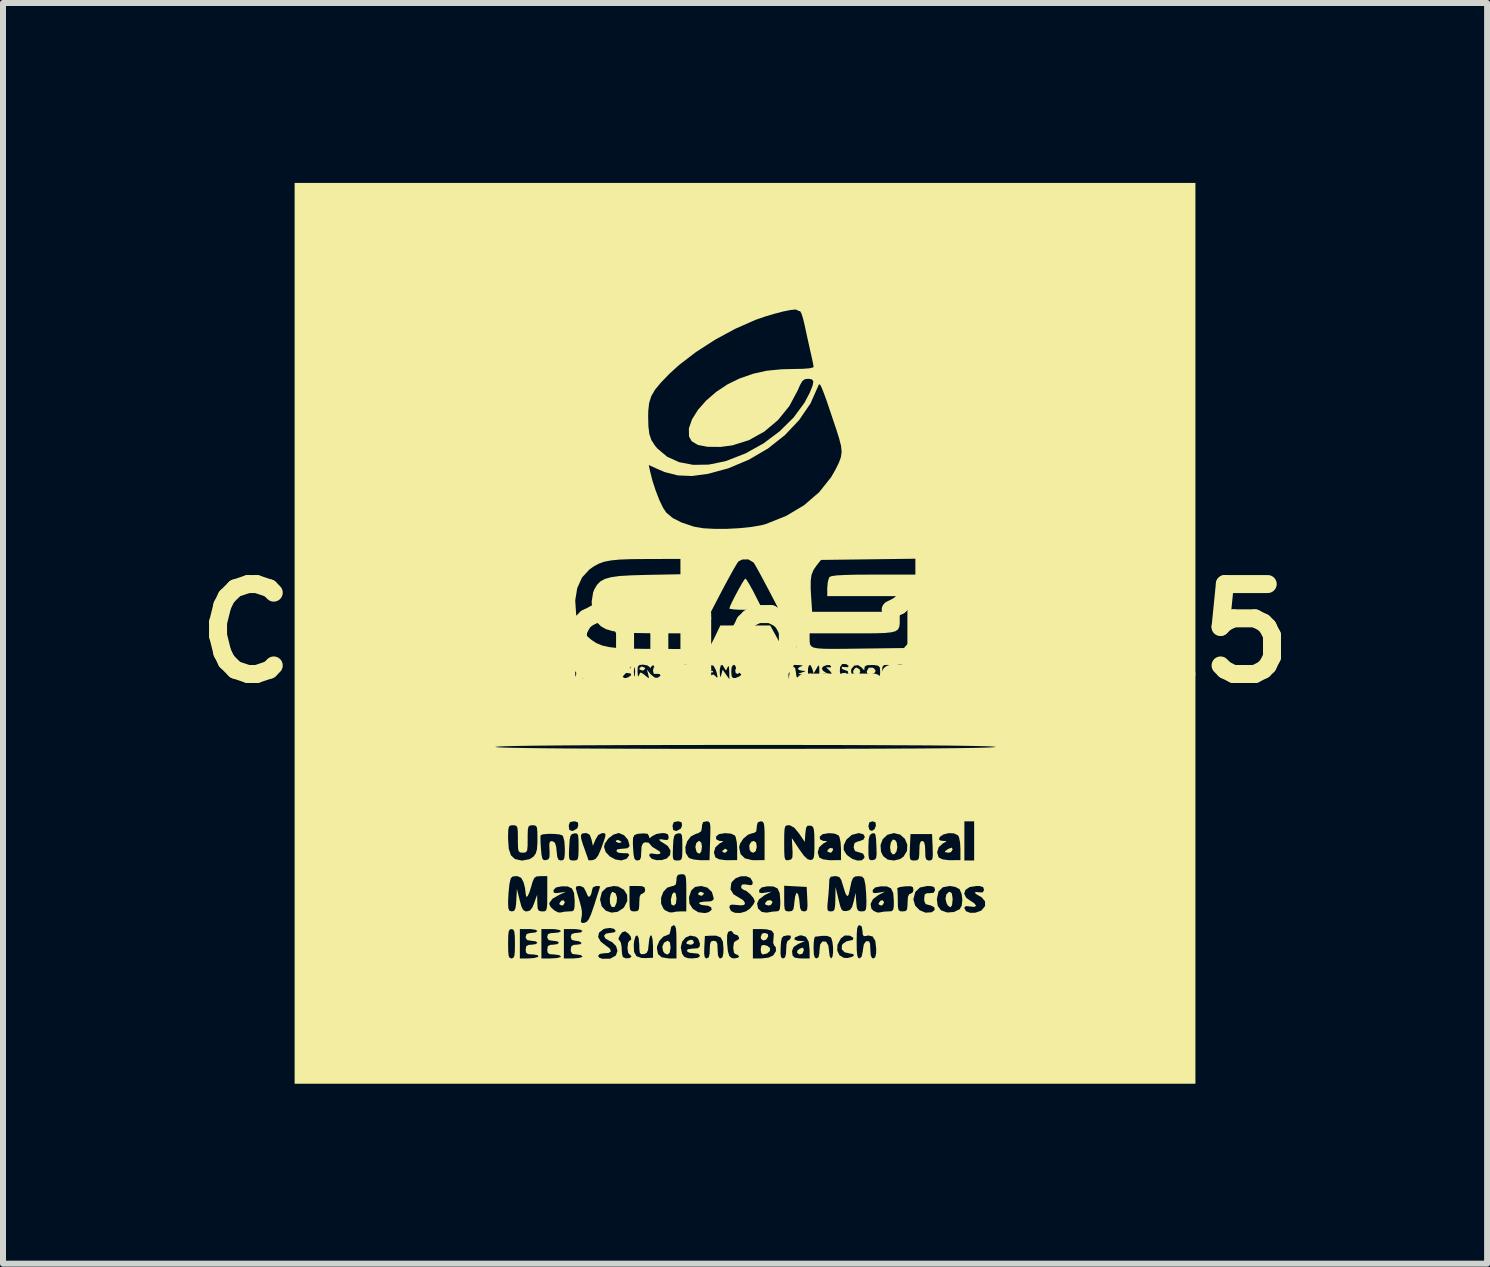
<source format=kicad_pcb>
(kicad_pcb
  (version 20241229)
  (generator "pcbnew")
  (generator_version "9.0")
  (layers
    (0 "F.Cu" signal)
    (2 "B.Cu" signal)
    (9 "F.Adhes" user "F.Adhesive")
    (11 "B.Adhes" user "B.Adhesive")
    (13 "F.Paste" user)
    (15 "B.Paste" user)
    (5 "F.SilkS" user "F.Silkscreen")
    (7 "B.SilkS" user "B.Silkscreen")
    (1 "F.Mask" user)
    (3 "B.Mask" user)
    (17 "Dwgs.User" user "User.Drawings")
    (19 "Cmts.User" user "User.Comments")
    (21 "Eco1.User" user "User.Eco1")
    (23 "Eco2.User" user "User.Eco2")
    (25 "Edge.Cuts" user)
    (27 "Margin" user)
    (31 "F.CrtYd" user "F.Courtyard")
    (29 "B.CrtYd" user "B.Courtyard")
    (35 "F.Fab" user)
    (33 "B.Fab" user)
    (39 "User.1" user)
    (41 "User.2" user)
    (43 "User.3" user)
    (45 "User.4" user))
  (footprint "Cas_logo_15x15"
    (layer "F.Cu")
    (at 9.371 7.509)
    (property "Reference" "Cas_logo_15x15" (at 0 0 0) (layer "F.SilkS") (effects (font (size 1.5 1.5) (thickness 0.3))))
    (attr board_only exclude_from_pos_files exclude_from_bom)
    (fp_poly (pts (xy -0.533 0.631) (xy -0.538 0.651) (xy -0.555 0.653) (xy -0.582 0.641) (xy -0.577 0.631) (xy -0.538 0.627)) (stroke (width 0) (type solid)) (fill yes) (layer "F.SilkS"))
    (fp_poly (pts (xy 1.689 0.666) (xy 1.679 0.681) (xy 1.646 0.683) (xy 1.611 0.675) (xy 1.626 0.663) (xy 1.677 0.659)) (stroke (width 0) (type solid)) (fill yes) (layer "F.SilkS"))
    (fp_poly (pts (xy -3.004 4.486) (xy -3.03 4.531) (xy -3.055 4.538) (xy -3.093 4.519) (xy -3.094 4.499) (xy -3.062 4.456) (xy -3.022 4.451)) (stroke (width 0) (type solid)) (fill yes) (layer "F.SilkS"))
    (fp_poly (pts (xy 2.318 4.486) (xy 2.292 4.531) (xy 2.266 4.538) (xy 2.228 4.519) (xy 2.228 4.499) (xy 2.26 4.456) (xy 2.299 4.451)) (stroke (width 0) (type solid)) (fill yes) (layer "F.SilkS"))
    (fp_poly (pts (xy -2.106 3.449) (xy -2.063 3.472) (xy -2.057 3.48) (xy -2.083 3.492) (xy -2.106 3.493) (xy -2.149 3.476) (xy -2.155 3.462) (xy -2.131 3.444)) (stroke (width 0) (type solid)) (fill yes) (layer "F.SilkS"))
    (fp_poly (pts (xy -1.671 0.573) (xy -1.665 0.588) (xy -1.691 0.617) (xy -1.714 0.62) (xy -1.757 0.603) (xy -1.763 0.588) (xy -1.737 0.559) (xy -1.714 0.555)) (stroke (width 0) (type solid)) (fill yes) (layer "F.SilkS"))
    (fp_poly (pts (xy -0.868 5.117) (xy -0.85 5.162) (xy -0.888 5.189) (xy -0.914 5.191) (xy -0.967 5.179) (xy -0.979 5.162) (xy -0.953 5.126) (xy -0.902 5.108)) (stroke (width 0) (type solid)) (fill yes) (layer "F.SilkS"))
    (fp_poly (pts (xy -0.691 4.327) (xy -0.686 4.342) (xy -0.712 4.371) (xy -0.735 4.375) (xy -0.778 4.357) (xy -0.784 4.342) (xy -0.757 4.313) (xy -0.735 4.31)) (stroke (width 0) (type solid)) (fill yes) (layer "F.SilkS"))
    (fp_poly (pts (xy -0.295 3.616) (xy -0.294 3.624) (xy -0.32 3.653) (xy -0.345 3.657) (xy -0.379 3.641) (xy -0.375 3.624) (xy -0.334 3.593) (xy -0.325 3.591)) (stroke (width 0) (type solid)) (fill yes) (layer "F.SilkS"))
    (fp_poly (pts (xy -0.085 0.603) (xy -0.082 0.62) (xy -0.107 0.669) (xy -0.122 0.677) (xy -0.155 0.662) (xy -0.163 0.62) (xy -0.148 0.569) (xy -0.122 0.563)) (stroke (width 0) (type solid)) (fill yes) (layer "F.SilkS"))
    (fp_poly (pts (xy 0.381 5.013) (xy 0.386 5.052) (xy 0.355 5.105) (xy 0.308 5.121) (xy 0.27 5.098) (xy 0.261 5.063) (xy 0.283 5.007) (xy 0.329 4.995)) (stroke (width 0) (type solid)) (fill yes) (layer "F.SilkS"))
    (fp_poly (pts (xy 0.454 4.47) (xy 0.457 4.487) (xy 0.43 4.529) (xy 0.389 4.538) (xy 0.339 4.522) (xy 0.335 4.497) (xy 0.37 4.457) (xy 0.419 4.447)) (stroke (width 0) (type solid)) (fill yes) (layer "F.SilkS"))
    (fp_poly (pts (xy 0.979 5.268) (xy 0.979 5.288) (xy 0.957 5.341) (xy 0.908 5.354) (xy 0.866 5.323) (xy 0.876 5.286) (xy 0.913 5.257) (xy 0.963 5.239)) (stroke (width 0) (type solid)) (fill yes) (layer "F.SilkS"))
    (fp_poly (pts (xy 1.462 3.584) (xy 1.469 3.609) (xy 1.443 3.651) (xy 1.42 3.657) (xy 1.377 3.641) (xy 1.371 3.627) (xy 1.397 3.592) (xy 1.42 3.579)) (stroke (width 0) (type solid)) (fill yes) (layer "F.SilkS"))
    (fp_poly (pts (xy 1.907 0.598) (xy 1.92 0.628) (xy 1.909 0.675) (xy 1.861 0.686) (xy 1.807 0.669) (xy 1.802 0.628) (xy 1.834 0.58) (xy 1.861 0.571)) (stroke (width 0) (type solid)) (fill yes) (layer "F.SilkS"))
    (fp_poly (pts (xy 0.185 3.488) (xy 0.196 3.559) (xy 0.179 3.63) (xy 0.139 3.659) (xy 0.095 3.64) (xy 0.077 3.608) (xy 0.071 3.532) (xy 0.104 3.476) (xy 0.146 3.461)) (stroke (width 0) (type solid)) (fill yes) (layer "F.SilkS"))
    (fp_poly (pts (xy 0.373 5.211) (xy 0.418 5.249) (xy 0.414 5.297) (xy 0.367 5.338) (xy 0.291 5.354) (xy 0.269 5.326) (xy 0.261 5.273) (xy 0.272 5.208) (xy 0.314 5.194)) (stroke (width 0) (type solid)) (fill yes) (layer "F.SilkS"))
    (fp_poly (pts (xy 2.151 0.585) (xy 2.179 0.626) (xy 2.155 0.666) (xy 2.092 0.685) (xy 2.085 0.686) (xy 2.034 0.667) (xy 2.03 0.631) (xy 2.064 0.573) (xy 2.126 0.572)) (stroke (width 0) (type solid)) (fill yes) (layer "F.SilkS"))
    (fp_poly (pts (xy 3.46 3.599) (xy 3.461 3.606) (xy 3.433 3.648) (xy 3.395 3.657) (xy 3.342 3.65) (xy 3.33 3.641) (xy 3.355 3.616) (xy 3.395 3.591) (xy 3.446 3.573)) (stroke (width 0) (type solid)) (fill yes) (layer "F.SilkS"))
    (fp_poly (pts (xy -0.729 3.49) (xy -0.718 3.557) (xy -0.73 3.639) (xy -0.76 3.674) (xy -0.798 3.655) (xy -0.81 3.636) (xy -0.828 3.564) (xy -0.813 3.497) (xy -0.773 3.462) (xy -0.763 3.461)) (stroke (width 0) (type solid)) (fill yes) (layer "F.SilkS"))
    (fp_poly (pts (xy -2.156 4.337) (xy -2.134 4.409) (xy -2.142 4.492) (xy -2.172 4.56) (xy -2.212 4.564) (xy -2.231 4.549) (xy -2.251 4.498) (xy -2.254 4.424) (xy -2.241 4.353) (xy -2.216 4.312) (xy -2.207 4.31)) (stroke (width 0) (type solid)) (fill yes) (layer "F.SilkS"))
    (fp_poly (pts (xy -1.252 5.153) (xy -1.241 5.237) (xy -1.241 5.24) (xy -1.256 5.324) (xy -1.294 5.356) (xy -1.342 5.333) (xy -1.367 5.296) (xy -1.379 5.223) (xy -1.35 5.157) (xy -1.294 5.126) (xy -1.288 5.126)) (stroke (width 0) (type solid)) (fill yes) (layer "F.SilkS"))
    (fp_poly (pts (xy -1.155 4.339) (xy -1.143 4.418) (xy -1.143 4.421) (xy -1.152 4.505) (xy -1.183 4.537) (xy -1.194 4.538) (xy -1.229 4.519) (xy -1.236 4.454) (xy -1.235 4.434) (xy -1.214 4.349) (xy -1.183 4.316)) (stroke (width 0) (type solid)) (fill yes) (layer "F.SilkS"))
    (fp_poly (pts (xy 2.509 3.453) (xy 2.53 3.492) (xy 2.539 3.569) (xy 2.525 3.636) (xy 2.495 3.679) (xy 2.46 3.685) (xy 2.429 3.643) (xy 2.418 3.566) (xy 2.431 3.489) (xy 2.463 3.44) (xy 2.47 3.437)) (stroke (width 0) (type solid)) (fill yes) (layer "F.SilkS"))
    (fp_poly (pts (xy 3.447 4.334) (xy 3.46 4.413) (xy 3.461 4.44) (xy 3.451 4.533) (xy 3.425 4.568) (xy 3.385 4.541) (xy 3.362 4.504) (xy 3.342 4.426) (xy 3.356 4.354) (xy 3.397 4.312) (xy 3.414 4.31)) (stroke (width 0) (type solid)) (fill yes) (layer "F.SilkS"))
    (fp_poly (pts (xy 0.03 -0.887) (xy 0.074 -0.814) (xy 0.132 -0.71) (xy 0.161 -0.653) (xy 0.294 -0.392) (xy 0.017 -0.392) (xy -0.109 -0.394) (xy -0.205 -0.401) (xy -0.256 -0.41) (xy -0.261 -0.414) (xy -0.247 -0.457) (xy -0.21 -0.536) (xy -0.159 -0.636) (xy -0.103 -0.74) (xy -0.051 -0.832) (xy -0.011 -0.895) (xy 0.006 -0.914)) (stroke (width 0) (type solid)) (fill yes) (layer "F.SilkS"))
    (fp_poly (pts (xy 7.509 0) (xy 7.509 7.509) (xy 0 7.509) (xy -7.509 7.509) (xy -7.509 5.175) (xy -3.95 5.175) (xy -3.948 5.301) (xy -3.941 5.375) (xy -3.924 5.41) (xy -3.895 5.42) (xy -3.893 5.42) (xy -3.864 5.411) (xy -3.846 5.378) (xy -3.838 5.306) (xy -3.836 5.182) (xy -3.836 5.175) (xy -3.836 5.175) (xy -3.754 5.175) (xy -3.754 5.42) (xy -3.61 5.42) (xy -3.517 5.413) (xy -3.455 5.396) (xy -3.444 5.387) (xy -3.458 5.365) (xy -3.525 5.354) (xy -3.54 5.354) (xy -3.618 5.348) (xy -3.651 5.322) (xy -3.657 5.273) (xy -3.646 5.214) (xy -3.601 5.193) (xy -3.559 5.191) (xy -3.49 5.182) (xy -3.481 5.175) (xy -3.395 5.175) (xy -3.395 5.42) (xy -3.232 5.42) (xy -3.139 5.414) (xy -3.08 5.399) (xy -3.069 5.387) (xy -3.098 5.365) (xy -3.168 5.355) (xy -3.183 5.354) (xy -3.26 5.348) (xy -3.292 5.321) (xy -3.297 5.273) (xy -3.287 5.214) (xy -3.242 5.193) (xy -3.199 5.191) (xy -3.131 5.182) (xy -3.122 5.175) (xy -3.02 5.175) (xy -3.02 5.42) (xy -2.865 5.42) (xy -2.774 5.413) (xy -2.719 5.398) (xy -2.71 5.387) (xy -2.725 5.375) (xy -2.45 5.375) (xy -2.429 5.409) (xy -2.375 5.426) (xy -2.247 5.424) (xy -2.158 5.374) (xy -2.152 5.367) (xy -2.126 5.292) (xy -2.151 5.212) (xy -2.217 5.147) (xy -2.253 5.131) (xy -2.318 5.094) (xy -2.112 5.094) (xy -2.094 5.119) (xy -2.07 5.156) (xy -2.057 5.233) (xy -2.057 5.254) (xy -2.051 5.339) (xy -2.038 5.393) (xy -2.035 5.398) (xy -1.987 5.418) (xy -1.929 5.415) (xy -1.895 5.393) (xy -1.894 5.387) (xy -1.918 5.355) (xy -1.926 5.354) (xy -1.948 5.326) (xy -1.959 5.255) (xy -1.959 5.24) (xy -1.953 5.188) (xy -1.855 5.188) (xy -1.85 5.31) (xy -1.811 5.382) (xy -1.728 5.412) (xy -1.661 5.414) (xy -1.534 5.409) (xy -1.534 5.25) (xy -1.469 5.25) (xy -1.451 5.347) (xy -1.39 5.401) (xy -1.279 5.419) (xy -1.267 5.42) (xy -1.143 5.42) (xy -1.143 5.235) (xy -1.071 5.235) (xy -1.05 5.34) (xy -1.05 5.34) (xy -1.012 5.394) (xy -0.95 5.416) (xy -0.882 5.42) (xy -0.788 5.41) (xy -0.752 5.382) (xy -0.751 5.374) (xy -0.779 5.341) (xy -0.681 5.341) (xy -0.672 5.399) (xy -0.648 5.419) (xy -0.638 5.42) (xy -0.605 5.402) (xy -0.59 5.341) (xy -0.588 5.273) (xy -0.583 5.181) (xy -0.566 5.137) (xy -0.527 5.126) (xy -0.522 5.126) (xy -0.482 5.135) (xy -0.462 5.175) (xy -0.457 5.262) (xy -0.457 5.273) (xy -0.451 5.369) (xy -0.429 5.414) (xy -0.408 5.42) (xy -0.377 5.402) (xy -0.362 5.34) (xy -0.359 5.26) (xy -0.369 5.139) (xy -0.374 5.13) (xy -0.3 5.13) (xy -0.298 5.175) (xy -0.285 5.303) (xy -0.262 5.379) (xy -0.223 5.413) (xy -0.179 5.42) (xy -0.118 5.408) (xy -0.098 5.387) (xy -0.124 5.358) (xy -0.147 5.354) (xy -0.183 5.329) (xy -0.196 5.25) (xy -0.196 5.24) (xy -0.188 5.175) (xy 0.131 5.175) (xy 0.131 5.42) (xy 0.275 5.42) (xy 0.391 5.407) (xy 0.467 5.372) (xy 0.471 5.368) (xy 0.487 5.342) (xy 0.592 5.342) (xy 0.601 5.399) (xy 0.626 5.419) (xy 0.635 5.42) (xy 0.668 5.402) (xy 0.683 5.341) (xy 0.685 5.3) (xy 0.784 5.3) (xy 0.792 5.371) (xy 0.829 5.407) (xy 0.908 5.419) (xy 0.952 5.42) (xy 1.077 5.42) (xy 1.077 5.279) (xy 1.073 5.24) (xy 1.143 5.24) (xy 1.147 5.348) (xy 1.162 5.404) (xy 1.192 5.42) (xy 1.226 5.398) (xy 1.24 5.327) (xy 1.241 5.288) (xy 1.253 5.186) (xy 1.29 5.138) (xy 1.293 5.136) (xy 1.351 5.141) (xy 1.389 5.203) (xy 1.403 5.313) (xy 1.412 5.386) (xy 1.434 5.419) (xy 1.437 5.42) (xy 1.458 5.391) (xy 1.468 5.321) (xy 1.468 5.288) (xy 1.537 5.288) (xy 1.574 5.366) (xy 1.647 5.41) (xy 1.706 5.413) (xy 1.78 5.396) (xy 1.818 5.37) (xy 1.818 5.369) (xy 1.799 5.345) (xy 1.743 5.337) (xy 1.66 5.317) (xy 1.613 5.267) (xy 1.615 5.202) (xy 1.63 5.177) (xy 1.682 5.142) (xy 1.861 5.142) (xy 1.863 5.282) (xy 1.871 5.367) (xy 1.887 5.41) (xy 1.908 5.42) (xy 1.944 5.391) (xy 1.963 5.302) (xy 1.965 5.281) (xy 1.981 5.184) (xy 2.014 5.138) (xy 2.032 5.132) (xy 2.068 5.136) (xy 2.085 5.174) (xy 2.089 5.263) (xy 2.089 5.27) (xy 2.096 5.368) (xy 2.117 5.413) (xy 2.138 5.42) (xy 2.17 5.402) (xy 2.185 5.34) (xy 2.187 5.26) (xy 2.172 5.128) (xy 2.128 5.054) (xy 2.054 5.037) (xy 2.026 5.044) (xy 1.979 5.049) (xy 1.961 5.014) (xy 1.959 4.965) (xy 1.945 4.886) (xy 1.91 4.865) (xy 1.885 4.876) (xy 1.87 4.919) (xy 1.863 5.005) (xy 1.861 5.142) (xy 1.682 5.142) (xy 1.693 5.134) (xy 1.732 5.126) (xy 1.798 5.11) (xy 1.807 5.077) (xy 1.757 5.044) (xy 1.742 5.04) (xy 1.663 5.037) (xy 1.601 5.083) (xy 1.594 5.092) (xy 1.542 5.191) (xy 1.537 5.288) (xy 1.468 5.288) (xy 1.467 5.23) (xy 1.457 5.143) (xy 1.437 5.079) (xy 1.427 5.066) (xy 1.366 5.044) (xy 1.288 5.043) (xy 1.211 5.053) (xy 1.167 5.058) (xy 1.154 5.089) (xy 1.145 5.166) (xy 1.143 5.24) (xy 1.073 5.24) (xy 1.062 5.141) (xy 1.015 5.059) (xy 0.939 5.034) (xy 0.903 5.04) (xy 0.832 5.07) (xy 0.822 5.103) (xy 0.871 5.125) (xy 0.906 5.128) (xy 0.996 5.131) (xy 0.89 5.177) (xy 0.81 5.229) (xy 0.784 5.295) (xy 0.784 5.3) (xy 0.685 5.3) (xy 0.686 5.273) (xy 0.691 5.185) (xy 0.706 5.132) (xy 0.715 5.126) (xy 0.75 5.1) (xy 0.763 5.076) (xy 0.763 5.041) (xy 0.716 5.035) (xy 0.693 5.038) (xy 0.642 5.049) (xy 0.614 5.078) (xy 0.601 5.14) (xy 0.594 5.234) (xy 0.592 5.342) (xy 0.487 5.342) (xy 0.517 5.296) (xy 0.512 5.231) (xy 0.488 5.206) (xy 0.469 5.16) (xy 0.475 5.086) (xy 0.48 5.005) (xy 0.445 4.957) (xy 0.362 4.935) (xy 0.269 4.93) (xy 0.131 4.93) (xy 0.131 5.175) (xy -0.188 5.175) (xy -0.185 5.155) (xy -0.151 5.126) (xy -0.147 5.126) (xy -0.104 5.1) (xy -0.098 5.077) (xy -0.124 5.033) (xy -0.147 5.028) (xy -0.19 5.01) (xy -0.196 4.995) (xy -0.222 4.966) (xy -0.245 4.962) (xy -0.281 4.977) (xy -0.298 5.029) (xy -0.3 5.13) (xy -0.374 5.13) (xy -0.406 5.07) (xy -0.48 5.041) (xy -0.555 5.04) (xy -0.669 5.046) (xy -0.679 5.233) (xy -0.681 5.341) (xy -0.779 5.341) (xy -0.78 5.34) (xy -0.854 5.333) (xy -0.929 5.325) (xy -0.97 5.298) (xy -0.971 5.297) (xy -0.955 5.267) (xy -0.88 5.256) (xy -0.868 5.256) (xy -0.789 5.25) (xy -0.757 5.224) (xy -0.751 5.176) (xy -0.78 5.093) (xy -0.82 5.058) (xy -0.911 5.039) (xy -0.991 5.071) (xy -1.048 5.141) (xy -1.071 5.235) (xy -1.143 5.235) (xy -1.143 5.142) (xy -1.145 5.003) (xy -1.152 4.918) (xy -1.168 4.876) (xy -1.192 4.865) (xy -1.231 4.893) (xy -1.241 4.946) (xy -1.258 5.012) (xy -1.29 5.028) (xy -1.362 5.056) (xy -1.427 5.126) (xy -1.465 5.215) (xy -1.469 5.25) (xy -1.534 5.25) (xy -1.534 5.218) (xy -1.541 5.103) (xy -1.557 5.041) (xy -1.577 5.037) (xy -1.596 5.091) (xy -1.606 5.183) (xy -1.617 5.279) (xy -1.639 5.328) (xy -1.681 5.347) (xy -1.69 5.348) (xy -1.733 5.349) (xy -1.754 5.325) (xy -1.762 5.26) (xy -1.763 5.191) (xy -1.773 5.082) (xy -1.796 5.035) (xy -1.824 5.049) (xy -1.848 5.126) (xy -1.855 5.188) (xy -1.953 5.188) (xy -1.951 5.164) (xy -1.931 5.127) (xy -1.926 5.126) (xy -1.896 5.105) (xy -1.906 5.054) (xy -1.94 5.009) (xy -1.999 4.967) (xy -2.047 4.983) (xy -2.086 5.034) (xy -2.112 5.094) (xy -2.318 5.094) (xy -2.328 5.088) (xy -2.351 5.042) (xy -2.319 5.006) (xy -2.253 4.995) (xy -2.184 4.986) (xy -2.155 4.965) (xy -2.155 4.965) (xy -2.182 4.927) (xy -2.249 4.912) (xy -2.332 4.922) (xy -2.363 4.934) (xy -2.435 4.992) (xy -2.449 5.064) (xy -2.404 5.141) (xy -2.333 5.196) (xy -2.254 5.256) (xy -2.235 5.302) (xy -2.275 5.329) (xy -2.346 5.333) (xy -2.42 5.344) (xy -2.45 5.375) (xy -2.725 5.375) (xy -2.738 5.364) (xy -2.806 5.354) (xy -2.808 5.354) (xy -2.878 5.345) (xy -2.903 5.308) (xy -2.906 5.273) (xy -2.895 5.215) (xy -2.851 5.193) (xy -2.806 5.191) (xy -2.741 5.182) (xy -2.725 5.159) (xy -2.726 5.158) (xy -2.771 5.133) (xy -2.826 5.126) (xy -2.889 5.11) (xy -2.906 5.06) (xy -2.89 5.013) (xy -2.833 4.996) (xy -2.808 4.995) (xy -2.739 4.986) (xy -2.71 4.963) (xy -2.71 4.962) (xy -2.739 4.943) (xy -2.814 4.932) (xy -2.865 4.93) (xy -3.02 4.93) (xy -3.02 5.175) (xy -3.122 5.175) (xy -3.102 5.159) (xy -3.102 5.158) (xy -3.13 5.135) (xy -3.198 5.126) (xy -3.199 5.126) (xy -3.271 5.115) (xy -3.296 5.077) (xy -3.297 5.06) (xy -3.285 5.015) (xy -3.235 4.997) (xy -3.183 4.995) (xy -3.108 4.987) (xy -3.07 4.967) (xy -3.069 4.962) (xy -3.098 4.944) (xy -3.173 4.932) (xy -3.232 4.93) (xy -3.395 4.93) (xy -3.395 5.175) (xy -3.481 5.175) (xy -3.461 5.159) (xy -3.461 5.158) (xy -3.489 5.135) (xy -3.557 5.126) (xy -3.559 5.126) (xy -3.63 5.115) (xy -3.656 5.077) (xy -3.657 5.06) (xy -3.641 5.013) (xy -3.584 4.996) (xy -3.559 4.995) (xy -3.49 4.986) (xy -3.461 4.963) (xy -3.461 4.962) (xy -3.49 4.943) (xy -3.564 4.931) (xy -3.608 4.93) (xy -3.754 4.93) (xy -3.754 5.175) (xy -3.836 5.175) (xy -3.838 5.048) (xy -3.846 4.974) (xy -3.863 4.939) (xy -3.892 4.93) (xy -3.893 4.93) (xy -3.923 4.938) (xy -3.94 4.972) (xy -3.948 5.044) (xy -3.95 5.167) (xy -3.95 5.175) (xy -7.509 5.175) (xy -7.509 4.494) (xy -3.95 4.494) (xy -3.946 4.584) (xy -3.927 4.626) (xy -3.887 4.636) (xy -3.85 4.627) (xy -3.829 4.59) (xy -3.817 4.511) (xy -3.813 4.448) (xy -3.803 4.261) (xy -3.757 4.448) (xy -3.728 4.555) (xy -3.699 4.612) (xy -3.662 4.634) (xy -3.638 4.636) (xy -3.584 4.621) (xy -3.542 4.565) (xy -3.515 4.497) (xy -3.466 4.358) (xy -3.463 4.497) (xy -3.458 4.585) (xy -3.438 4.625) (xy -3.393 4.636) (xy -3.379 4.636) (xy -3.34 4.634) (xy -3.316 4.618) (xy -3.304 4.577) (xy -3.299 4.514) (xy -3.264 4.514) (xy -3.24 4.563) (xy -3.183 4.616) (xy -3.118 4.652) (xy -3.08 4.655) (xy -3.012 4.641) (xy -2.936 4.636) (xy -2.881 4.633) (xy -2.852 4.612) (xy -2.842 4.557) (xy -2.84 4.46) (xy -2.85 4.33) (xy -2.886 4.253) (xy -2.899 4.247) (xy -2.821 4.247) (xy -2.803 4.318) (xy -2.758 4.467) (xy -2.731 4.569) (xy -2.719 4.64) (xy -2.72 4.696) (xy -2.727 4.739) (xy -2.737 4.806) (xy -2.717 4.829) (xy -2.677 4.826) (xy -2.64 4.81) (xy -2.605 4.767) (xy -2.568 4.686) (xy -2.522 4.554) (xy -2.511 4.522) (xy -2.486 4.441) (xy -2.416 4.441) (xy -2.39 4.55) (xy -2.322 4.623) (xy -2.228 4.656) (xy -2.125 4.643) (xy -2.029 4.581) (xy -2.016 4.566) (xy -1.963 4.462) (xy -1.964 4.424) (xy -1.926 4.424) (xy -1.925 4.538) (xy -1.917 4.601) (xy -1.896 4.629) (xy -1.858 4.636) (xy -1.845 4.636) (xy -1.794 4.63) (xy -1.77 4.6) (xy -1.763 4.529) (xy -1.763 4.507) (xy -1.399 4.507) (xy -1.359 4.593) (xy -1.331 4.618) (xy -1.261 4.651) (xy -1.214 4.653) (xy -1.15 4.64) (xy -1.075 4.636) (xy -0.979 4.636) (xy -0.979 4.4) (xy -0.934 4.4) (xy -0.926 4.507) (xy -0.87 4.594) (xy -0.779 4.65) (xy -0.669 4.664) (xy -0.607 4.649) (xy -0.557 4.611) (xy -0.563 4.571) (xy -0.261 4.571) (xy -0.234 4.629) (xy -0.167 4.66) (xy -0.077 4.662) (xy 0.016 4.635) (xy 0.083 4.589) (xy 0.137 4.523) (xy 0.147 4.504) (xy 0.201 4.504) (xy 0.217 4.587) (xy 0.278 4.644) (xy 0.362 4.657) (xy 0.375 4.654) (xy 0.464 4.639) (xy 0.514 4.636) (xy 0.557 4.63) (xy 0.579 4.601) (xy 0.587 4.533) (xy 0.588 4.46) (xy 0.585 4.422) (xy 0.653 4.422) (xy 0.654 4.537) (xy 0.662 4.601) (xy 0.683 4.629) (xy 0.72 4.636) (xy 0.733 4.636) (xy 0.782 4.629) (xy 0.807 4.598) (xy 0.819 4.524) (xy 0.823 4.481) (xy 0.835 4.39) (xy 0.854 4.335) (xy 0.865 4.326) (xy 0.886 4.355) (xy 0.903 4.43) (xy 0.908 4.481) (xy 0.918 4.577) (xy 0.939 4.623) (xy 0.978 4.636) (xy 0.983 4.636) (xy 1.018 4.63) (xy 1.036 4.602) (xy 1.041 4.545) (xy 1.373 4.545) (xy 1.375 4.605) (xy 1.392 4.631) (xy 1.428 4.636) (xy 1.432 4.636) (xy 1.47 4.63) (xy 1.492 4.602) (xy 1.502 4.537) (xy 1.506 4.432) (xy 1.509 4.228) (xy 1.558 4.434) (xy 1.586 4.545) (xy 1.61 4.605) (xy 1.64 4.629) (xy 1.685 4.63) (xy 1.692 4.63) (xy 1.748 4.613) (xy 1.783 4.568) (xy 1.81 4.476) (xy 1.811 4.473) (xy 1.844 4.326) (xy 1.854 4.481) (xy 1.864 4.575) (xy 1.883 4.621) (xy 1.922 4.635) (xy 1.944 4.636) (xy 1.991 4.631) (xy 2.015 4.604) (xy 2.023 4.54) (xy 2.023 4.512) (xy 2.093 4.512) (xy 2.106 4.588) (xy 2.143 4.627) (xy 2.208 4.655) (xy 2.246 4.653) (xy 2.311 4.64) (xy 2.386 4.636) (xy 2.441 4.633) (xy 2.469 4.612) (xy 2.48 4.557) (xy 2.481 4.46) (xy 2.471 4.33) (xy 2.435 4.253) (xy 2.435 4.252) (xy 2.538 4.252) (xy 2.543 4.296) (xy 2.546 4.384) (xy 2.547 4.456) (xy 2.549 4.559) (xy 2.56 4.613) (xy 2.587 4.633) (xy 2.628 4.636) (xy 2.679 4.63) (xy 2.702 4.6) (xy 2.709 4.529) (xy 2.71 4.489) (xy 2.713 4.442) (xy 2.808 4.442) (xy 2.837 4.54) (xy 2.911 4.616) (xy 3.009 4.657) (xy 3.113 4.65) (xy 3.115 4.649) (xy 3.163 4.611) (xy 3.155 4.567) (xy 3.098 4.536) (xy 3.077 4.532) (xy 3.012 4.514) (xy 2.989 4.465) (xy 2.988 4.441) (xy 3.199 4.441) (xy 3.213 4.544) (xy 3.261 4.61) (xy 3.273 4.62) (xy 3.37 4.654) (xy 3.483 4.646) (xy 3.58 4.599) (xy 3.613 4.537) (xy 3.623 4.442) (xy 3.611 4.343) (xy 3.609 4.34) (xy 3.654 4.34) (xy 3.687 4.408) (xy 3.754 4.456) (xy 3.821 4.5) (xy 3.852 4.539) (xy 3.852 4.541) (xy 3.824 4.561) (xy 3.754 4.554) (xy 3.684 4.547) (xy 3.658 4.569) (xy 3.657 4.582) (xy 3.684 4.633) (xy 3.752 4.659) (xy 3.84 4.658) (xy 3.928 4.627) (xy 3.945 4.617) (xy 4.002 4.546) (xy 4.001 4.467) (xy 3.945 4.4) (xy 3.925 4.389) (xy 3.849 4.345) (xy 3.829 4.318) (xy 3.865 4.313) (xy 3.893 4.317) (xy 3.959 4.32) (xy 3.982 4.29) (xy 3.983 4.272) (xy 3.97 4.231) (xy 3.918 4.214) (xy 3.859 4.212) (xy 3.745 4.23) (xy 3.675 4.277) (xy 3.654 4.34) (xy 3.609 4.34) (xy 3.578 4.269) (xy 3.573 4.263) (xy 3.505 4.227) (xy 3.414 4.212) (xy 3.412 4.212) (xy 3.297 4.234) (xy 3.227 4.303) (xy 3.2 4.421) (xy 3.199 4.441) (xy 2.988 4.441) (xy 2.987 4.424) (xy 2.995 4.355) (xy 3.03 4.332) (xy 3.077 4.332) (xy 3.144 4.326) (xy 3.166 4.286) (xy 3.167 4.275) (xy 3.155 4.233) (xy 3.108 4.215) (xy 3.038 4.212) (xy 2.917 4.237) (xy 2.839 4.311) (xy 2.808 4.428) (xy 2.808 4.442) (xy 2.713 4.442) (xy 2.716 4.392) (xy 2.738 4.348) (xy 2.759 4.342) (xy 2.799 4.315) (xy 2.808 4.275) (xy 2.799 4.233) (xy 2.763 4.216) (xy 2.682 4.217) (xy 2.669 4.218) (xy 2.586 4.229) (xy 2.541 4.245) (xy 2.538 4.252) (xy 2.435 4.252) (xy 2.365 4.219) (xy 2.263 4.218) (xy 2.169 4.237) (xy 2.13 4.279) (xy 2.128 4.285) (xy 2.131 4.322) (xy 2.171 4.331) (xy 2.226 4.324) (xy 2.334 4.307) (xy 2.22 4.365) (xy 2.132 4.433) (xy 2.093 4.512) (xy 2.023 4.512) (xy 2.024 4.465) (xy 2.019 4.337) (xy 2.009 4.213) (xy 2.003 4.171) (xy 1.984 4.09) (xy 1.95 4.055) (xy 1.892 4.048) (xy 1.837 4.054) (xy 1.801 4.078) (xy 1.776 4.136) (xy 1.753 4.24) (xy 1.744 4.287) (xy 1.725 4.364) (xy 1.702 4.381) (xy 1.675 4.338) (xy 1.641 4.231) (xy 1.633 4.203) (xy 1.604 4.11) (xy 1.572 4.064) (xy 1.524 4.049) (xy 1.498 4.048) (xy 1.43 4.058) (xy 1.406 4.099) (xy 1.404 4.141) (xy 1.4 4.225) (xy 1.392 4.343) (xy 1.383 4.435) (xy 1.373 4.545) (xy 1.041 4.545) (xy 1.042 4.537) (xy 1.038 4.432) (xy 1.028 4.228) (xy 0.841 4.218) (xy 0.653 4.208) (xy 0.653 4.422) (xy 0.585 4.422) (xy 0.578 4.33) (xy 0.542 4.253) (xy 0.471 4.219) (xy 0.37 4.218) (xy 0.276 4.237) (xy 0.236 4.279) (xy 0.235 4.285) (xy 0.238 4.322) (xy 0.278 4.331) (xy 0.332 4.324) (xy 0.441 4.307) (xy 0.326 4.365) (xy 0.233 4.436) (xy 0.201 4.504) (xy 0.147 4.504) (xy 0.163 4.472) (xy 0.163 4.468) (xy 0.14 4.412) (xy 0.084 4.346) (xy 0.02 4.293) (xy -0.022 4.277) (xy -0.059 4.25) (xy -0.065 4.224) (xy -0.051 4.189) (xy 0.001 4.185) (xy 0.035 4.191) (xy 0.103 4.199) (xy 0.127 4.179) (xy 0.125 4.138) (xy 0.089 4.077) (xy 0.017 4.049) (xy -0.071 4.051) (xy -0.156 4.083) (xy -0.218 4.143) (xy -0.23 4.166) (xy -0.242 4.269) (xy -0.191 4.352) (xy -0.099 4.407) (xy -0.031 4.449) (xy -0.000154 4.495) (xy 0 4.497) (xy -0.014 4.528) (xy -0.067 4.535) (xy -0.131 4.529) (xy -0.215 4.522) (xy -0.253 4.535) (xy -0.261 4.571) (xy -0.563 4.571) (xy -0.563 4.569) (xy -0.616 4.541) (xy -0.651 4.538) (xy -0.726 4.528) (xy -0.767 4.505) (xy -0.753 4.484) (xy -0.684 4.473) (xy -0.655 4.473) (xy -0.567 4.467) (xy -0.529 4.444) (xy -0.522 4.415) (xy -0.552 4.312) (xy -0.628 4.239) (xy -0.732 4.212) (xy -0.833 4.228) (xy -0.896 4.286) (xy -0.933 4.397) (xy -0.934 4.4) (xy -0.979 4.4) (xy -0.979 4.326) (xy -0.98 4.182) (xy -0.984 4.092) (xy -0.994 4.042) (xy -1.014 4.021) (xy -1.047 4.016) (xy -1.061 4.016) (xy -1.119 4.026) (xy -1.141 4.071) (xy -1.143 4.114) (xy -1.153 4.185) (xy -1.191 4.211) (xy -1.208 4.212) (xy -1.297 4.24) (xy -1.363 4.311) (xy -1.399 4.407) (xy -1.399 4.507) (xy -1.763 4.507) (xy -1.763 4.489) (xy -1.757 4.392) (xy -1.735 4.348) (xy -1.714 4.342) (xy -1.674 4.315) (xy -1.665 4.277) (xy -1.676 4.234) (xy -1.72 4.215) (xy -1.796 4.212) (xy -1.926 4.212) (xy -1.926 4.424) (xy -1.964 4.424) (xy -1.966 4.36) (xy -2.019 4.275) (xy -2.112 4.222) (xy -2.187 4.212) (xy -2.308 4.238) (xy -2.386 4.312) (xy -2.416 4.429) (xy -2.416 4.441) (xy -2.486 4.441) (xy -2.471 4.394) (xy -2.438 4.293) (xy -2.419 4.231) (xy -2.416 4.22) (xy -2.443 4.213) (xy -2.481 4.212) (xy -2.536 4.235) (xy -2.547 4.269) (xy -2.565 4.347) (xy -2.579 4.375) (xy -2.603 4.396) (xy -2.628 4.366) (xy -2.647 4.318) (xy -2.688 4.239) (xy -2.746 4.212) (xy -2.76 4.212) (xy -2.809 4.217) (xy -2.821 4.247) (xy -2.899 4.247) (xy -2.957 4.219) (xy -3.058 4.218) (xy -3.152 4.237) (xy -3.192 4.279) (xy -3.193 4.285) (xy -3.19 4.322) (xy -3.149 4.331) (xy -3.096 4.325) (xy -2.987 4.309) (xy -3.102 4.362) (xy -3.213 4.427) (xy -3.261 4.494) (xy -3.264 4.514) (xy -3.299 4.514) (xy -3.298 4.498) (xy -3.297 4.368) (xy -3.297 4.342) (xy -3.297 4.048) (xy -3.407 4.048) (xy -3.475 4.053) (xy -3.514 4.079) (xy -3.542 4.142) (xy -3.559 4.203) (xy -3.594 4.316) (xy -3.624 4.381) (xy -3.646 4.394) (xy -3.656 4.35) (xy -3.657 4.337) (xy -3.668 4.245) (xy -3.692 4.151) (xy -3.731 4.077) (xy -3.788 4.05) (xy -3.819 4.048) (xy -3.875 4.054) (xy -3.905 4.084) (xy -3.923 4.155) (xy -3.93 4.2) (xy -3.943 4.331) (xy -3.95 4.466) (xy -3.95 4.494) (xy -7.509 4.494) (xy -7.509 3.428) (xy -3.95 3.428) (xy -3.939 3.591) (xy -3.903 3.7) (xy -3.836 3.763) (xy -3.733 3.786) (xy -3.706 3.787) (xy -3.589 3.764) (xy -3.526 3.722) (xy -3.49 3.672) (xy -3.469 3.602) (xy -3.461 3.494) (xy -3.461 3.428) (xy -3.461 3.402) (xy -3.411 3.402) (xy -3.409 3.486) (xy -3.403 3.585) (xy -3.392 3.697) (xy -3.378 3.757) (xy -3.354 3.781) (xy -3.319 3.781) (xy -3.278 3.767) (xy -3.26 3.729) (xy -3.258 3.65) (xy -3.26 3.613) (xy -3.263 3.518) (xy -3.253 3.474) (xy -3.225 3.464) (xy -3.21 3.466) (xy -3.171 3.49) (xy -3.149 3.552) (xy -3.141 3.632) (xy -3.13 3.728) (xy -3.109 3.775) (xy -3.07 3.787) (xy -3.067 3.787) (xy -3.031 3.779) (xy -3.012 3.746) (xy -3.006 3.683) (xy -2.936 3.683) (xy -2.932 3.749) (xy -2.915 3.779) (xy -2.88 3.787) (xy -2.858 3.787) (xy -2.815 3.784) (xy -2.79 3.765) (xy -2.779 3.716) (xy -2.775 3.624) (xy -2.775 3.556) (xy -2.776 3.436) (xy -2.783 3.368) (xy -2.785 3.364) (xy -2.736 3.364) (xy -2.732 3.424) (xy -2.7 3.528) (xy -2.677 3.591) (xy -2.642 3.689) (xy -2.618 3.758) (xy -2.612 3.781) (xy -2.584 3.785) (xy -2.538 3.781) (xy -2.49 3.76) (xy -2.447 3.701) (xy -2.4 3.594) (xy -2.393 3.575) (xy -2.388 3.559) (xy -2.351 3.559) (xy -2.323 3.647) (xy -2.254 3.72) (xy -2.161 3.77) (xy -2.064 3.786) (xy -1.98 3.761) (xy -1.965 3.748) (xy -1.929 3.695) (xy -1.952 3.667) (xy -2.029 3.665) (xy -2.107 3.659) (xy -2.146 3.632) (xy -2.131 3.602) (xy -2.055 3.591) (xy -2.043 3.591) (xy -1.962 3.583) (xy -1.929 3.555) (xy -1.926 3.533) (xy -1.935 3.501) (xy -1.87 3.501) (xy -1.866 3.574) (xy -1.858 3.69) (xy -1.844 3.755) (xy -1.821 3.782) (xy -1.793 3.787) (xy -1.753 3.776) (xy -1.735 3.733) (xy -1.73 3.644) (xy -1.724 3.549) (xy -1.701 3.501) (xy -1.667 3.484) (xy -1.607 3.49) (xy -1.586 3.514) (xy -1.546 3.56) (xy -1.486 3.597) (xy -1.418 3.64) (xy -1.41 3.672) (xy -1.458 3.683) (xy -1.504 3.677) (xy -1.573 3.669) (xy -1.596 3.688) (xy -1.594 3.714) (xy -1.556 3.758) (xy -1.479 3.781) (xy -1.387 3.78) (xy -1.307 3.755) (xy -1.249 3.695) (xy -1.248 3.683) (xy -1.205 3.683) (xy -1.201 3.749) (xy -1.184 3.779) (xy -1.149 3.787) (xy -1.128 3.787) (xy -1.085 3.784) (xy -1.06 3.765) (xy -1.048 3.716) (xy -1.045 3.624) (xy -1.045 3.564) (xy -0.995 3.564) (xy -0.989 3.66) (xy -0.943 3.736) (xy -0.919 3.752) (xy -0.854 3.771) (xy -0.758 3.781) (xy -0.729 3.782) (xy -0.592 3.782) (xy -0.588 3.651) (xy -0.519 3.651) (xy -0.495 3.732) (xy -0.49 3.738) (xy -0.43 3.768) (xy -0.323 3.782) (xy -0.291 3.782) (xy -0.131 3.781) (xy -0.131 3.595) (xy -0.132 3.566) (xy -0.098 3.566) (xy -0.075 3.68) (xy -0.003 3.751) (xy 0.118 3.781) (xy 0.164 3.782) (xy 0.326 3.781) (xy 0.326 3.496) (xy 0.653 3.496) (xy 0.654 3.635) (xy 0.658 3.722) (xy 0.669 3.767) (xy 0.69 3.783) (xy 0.723 3.782) (xy 0.726 3.781) (xy 0.768 3.769) (xy 0.789 3.738) (xy 0.793 3.671) (xy 0.79 3.591) (xy 0.78 3.412) (xy 0.904 3.6) (xy 0.983 3.709) (xy 1.043 3.766) (xy 1.093 3.779) (xy 1.094 3.779) (xy 1.125 3.77) (xy 1.145 3.742) (xy 1.154 3.683) (xy 1.155 3.651) (xy 1.212 3.651) (xy 1.236 3.732) (xy 1.241 3.738) (xy 1.301 3.768) (xy 1.408 3.782) (xy 1.439 3.782) (xy 1.6 3.781) (xy 1.6 3.61) (xy 1.645 3.61) (xy 1.688 3.682) (xy 1.709 3.704) (xy 1.789 3.761) (xy 1.874 3.788) (xy 1.946 3.784) (xy 1.988 3.747) (xy 1.992 3.724) (xy 1.968 3.672) (xy 1.902 3.651) (xy 1.834 3.63) (xy 1.813 3.577) (xy 1.813 3.576) (xy 2.057 3.576) (xy 2.058 3.691) (xy 2.066 3.755) (xy 2.085 3.78) (xy 2.119 3.782) (xy 2.128 3.781) (xy 2.167 3.77) (xy 2.187 3.742) (xy 2.194 3.68) (xy 2.191 3.569) (xy 2.191 3.559) (xy 2.189 3.53) (xy 2.259 3.53) (xy 2.267 3.641) (xy 2.304 3.715) (xy 2.379 3.772) (xy 2.481 3.788) (xy 2.585 3.763) (xy 2.644 3.722) (xy 2.667 3.683) (xy 2.745 3.683) (xy 2.749 3.749) (xy 2.766 3.779) (xy 2.801 3.787) (xy 2.823 3.787) (xy 2.872 3.782) (xy 2.896 3.756) (xy 2.905 3.691) (xy 2.906 3.624) (xy 2.911 3.521) (xy 2.929 3.471) (xy 2.955 3.461) (xy 2.985 3.478) (xy 3 3.539) (xy 3.004 3.624) (xy 3.007 3.722) (xy 3.021 3.77) (xy 3.054 3.786) (xy 3.07 3.787) (xy 3.106 3.782) (xy 3.125 3.756) (xy 3.131 3.696) (xy 3.13 3.651) (xy 3.203 3.651) (xy 3.227 3.732) (xy 3.232 3.738) (xy 3.292 3.768) (xy 3.399 3.782) (xy 3.43 3.782) (xy 3.591 3.781) (xy 3.591 3.595) (xy 3.585 3.486) (xy 3.58 3.461) (xy 3.657 3.461) (xy 3.657 3.787) (xy 3.738 3.787) (xy 3.82 3.787) (xy 3.82 3.461) (xy 3.82 3.134) (xy 3.738 3.134) (xy 3.657 3.134) (xy 3.657 3.461) (xy 3.58 3.461) (xy 3.568 3.401) (xy 3.552 3.369) (xy 3.484 3.335) (xy 3.396 3.331) (xy 3.31 3.352) (xy 3.248 3.393) (xy 3.232 3.435) (xy 3.26 3.455) (xy 3.306 3.461) (xy 3.354 3.463) (xy 3.348 3.476) (xy 3.297 3.503) (xy 3.229 3.566) (xy 3.203 3.651) (xy 3.13 3.651) (xy 3.128 3.587) (xy 3.128 3.567) (xy 3.118 3.346) (xy 2.938 3.346) (xy 2.759 3.346) (xy 2.749 3.567) (xy 2.745 3.683) (xy 2.667 3.683) (xy 2.701 3.626) (xy 2.705 3.522) (xy 2.665 3.426) (xy 2.587 3.356) (xy 2.483 3.33) (xy 2.374 3.358) (xy 2.297 3.43) (xy 2.259 3.53) (xy 2.189 3.53) (xy 2.185 3.434) (xy 2.176 3.364) (xy 2.16 3.334) (xy 2.131 3.333) (xy 2.107 3.341) (xy 2.078 3.37) (xy 2.062 3.436) (xy 2.057 3.552) (xy 2.057 3.576) (xy 1.813 3.576) (xy 1.812 3.559) (xy 1.826 3.496) (xy 1.882 3.469) (xy 1.902 3.467) (xy 1.974 3.439) (xy 1.998 3.393) (xy 1.973 3.35) (xy 1.899 3.33) (xy 1.897 3.33) (xy 1.78 3.36) (xy 1.689 3.44) (xy 1.647 3.532) (xy 1.645 3.61) (xy 1.6 3.61) (xy 1.6 3.595) (xy 1.593 3.486) (xy 1.576 3.401) (xy 1.561 3.369) (xy 1.494 3.339) (xy 1.397 3.331) (xy 1.301 3.347) (xy 1.292 3.35) (xy 1.245 3.39) (xy 1.251 3.435) (xy 1.304 3.461) (xy 1.314 3.461) (xy 1.363 3.463) (xy 1.357 3.476) (xy 1.306 3.503) (xy 1.237 3.566) (xy 1.212 3.651) (xy 1.155 3.651) (xy 1.157 3.58) (xy 1.157 3.493) (xy 1.155 3.358) (xy 1.148 3.275) (xy 1.134 3.23) (xy 1.119 3.218) (xy 2.057 3.218) (xy 2.076 3.279) (xy 2.117 3.293) (xy 2.16 3.264) (xy 2.182 3.207) (xy 2.175 3.15) (xy 2.125 3.134) (xy 2.124 3.134) (xy 2.072 3.152) (xy 2.057 3.214) (xy 2.057 3.218) (xy 1.119 3.218) (xy 1.109 3.211) (xy 1.085 3.206) (xy 1.041 3.208) (xy 1.018 3.242) (xy 1.007 3.323) (xy 1.006 3.336) (xy 0.996 3.477) (xy 0.902 3.338) (xy 0.823 3.242) (xy 0.753 3.202) (xy 0.73 3.199) (xy 0.694 3.202) (xy 0.671 3.219) (xy 0.659 3.262) (xy 0.654 3.345) (xy 0.653 3.479) (xy 0.653 3.496) (xy 0.326 3.496) (xy 0.326 3.458) (xy 0.326 3.31) (xy 0.321 3.215) (xy 0.311 3.163) (xy 0.293 3.14) (xy 0.264 3.134) (xy 0.261 3.134) (xy 0.213 3.15) (xy 0.197 3.207) (xy 0.196 3.232) (xy 0.186 3.304) (xy 0.148 3.329) (xy 0.129 3.33) (xy 0.05 3.357) (xy -0.029 3.424) (xy -0.084 3.508) (xy -0.098 3.566) (xy -0.132 3.566) (xy -0.137 3.486) (xy -0.154 3.401) (xy -0.17 3.369) (xy -0.236 3.339) (xy -0.333 3.331) (xy -0.43 3.347) (xy -0.438 3.35) (xy -0.485 3.39) (xy -0.479 3.435) (xy -0.426 3.461) (xy -0.416 3.461) (xy -0.368 3.463) (xy -0.374 3.476) (xy -0.424 3.503) (xy -0.493 3.566) (xy -0.519 3.651) (xy -0.588 3.651) (xy -0.582 3.458) (xy -0.578 3.31) (xy -0.578 3.216) (xy -0.586 3.164) (xy -0.603 3.14) (xy -0.632 3.134) (xy -0.645 3.134) (xy -0.699 3.147) (xy -0.717 3.199) (xy -0.718 3.228) (xy -0.73 3.298) (xy -0.779 3.332) (xy -0.815 3.341) (xy -0.903 3.386) (xy -0.964 3.466) (xy -0.995 3.564) (xy -1.045 3.564) (xy -1.045 3.556) (xy -1.046 3.436) (xy -1.053 3.368) (xy -1.069 3.339) (xy -1.101 3.334) (xy -1.118 3.336) (xy -1.158 3.348) (xy -1.181 3.379) (xy -1.194 3.444) (xy -1.201 3.558) (xy -1.201 3.567) (xy -1.205 3.683) (xy -1.248 3.683) (xy -1.243 3.619) (xy -1.288 3.545) (xy -1.339 3.51) (xy -1.413 3.464) (xy -1.433 3.437) (xy -1.396 3.433) (xy -1.355 3.441) (xy -1.294 3.447) (xy -1.274 3.415) (xy -1.273 3.396) (xy -1.286 3.35) (xy -1.336 3.332) (xy -1.385 3.33) (xy -1.477 3.345) (xy -1.546 3.38) (xy -1.548 3.381) (xy -1.588 3.415) (xy -1.599 3.401) (xy -1.6 3.382) (xy -1.625 3.342) (xy -1.69 3.335) (xy -1.787 3.342) (xy -1.843 3.362) (xy -1.867 3.41) (xy -1.87 3.501) (xy -1.935 3.501) (xy -1.952 3.441) (xy -2.016 3.366) (xy -2.098 3.331) (xy -2.109 3.33) (xy -2.195 3.356) (xy -2.279 3.421) (xy -2.337 3.503) (xy -2.351 3.559) (xy -2.388 3.559) (xy -2.35 3.453) (xy -2.328 3.381) (xy -2.328 3.344) (xy -2.348 3.332) (xy -2.383 3.33) (xy -2.448 3.362) (xy -2.492 3.436) (xy -2.536 3.542) (xy -2.56 3.436) (xy -2.588 3.36) (xy -2.636 3.332) (xy -2.663 3.33) (xy -2.714 3.337) (xy -2.736 3.364) (xy -2.785 3.364) (xy -2.8 3.339) (xy -2.831 3.334) (xy -2.849 3.336) (xy -2.888 3.348) (xy -2.911 3.379) (xy -2.924 3.444) (xy -2.931 3.558) (xy -2.932 3.567) (xy -2.936 3.683) (xy -3.006 3.683) (xy -3.005 3.672) (xy -3.004 3.595) (xy -3.011 3.47) (xy -3.032 3.388) (xy -3.046 3.368) (xy -3.097 3.352) (xy -3.183 3.344) (xy -3.281 3.343) (xy -3.364 3.35) (xy -3.407 3.365) (xy -3.411 3.402) (xy -3.461 3.402) (xy -3.462 3.309) (xy -3.469 3.24) (xy -3.481 3.218) (xy -2.938 3.218) (xy -2.928 3.279) (xy -2.885 3.294) (xy -2.865 3.292) (xy -2.799 3.254) (xy -2.785 3.218) (xy -1.208 3.218) (xy -1.197 3.279) (xy -1.154 3.294) (xy -1.135 3.292) (xy -1.069 3.254) (xy -1.051 3.208) (xy -1.055 3.153) (xy -1.102 3.135) (xy -1.124 3.134) (xy -1.187 3.147) (xy -1.207 3.197) (xy -1.208 3.218) (xy -2.785 3.218) (xy -2.781 3.208) (xy -2.785 3.153) (xy -2.832 3.135) (xy -2.854 3.134) (xy -2.918 3.147) (xy -2.938 3.197) (xy -2.938 3.218) (xy -3.481 3.218) (xy -3.487 3.209) (xy -3.521 3.2) (xy -3.542 3.199) (xy -3.585 3.203) (xy -3.609 3.222) (xy -3.621 3.272) (xy -3.624 3.367) (xy -3.624 3.428) (xy -3.625 3.547) (xy -3.632 3.616) (xy -3.65 3.647) (xy -3.684 3.656) (xy -3.706 3.657) (xy -3.748 3.653) (xy -3.773 3.634) (xy -3.784 3.584) (xy -3.787 3.489) (xy -3.787 3.428) (xy -3.788 3.309) (xy -3.795 3.24) (xy -3.813 3.209) (xy -3.847 3.2) (xy -3.869 3.199) (xy -3.911 3.203) (xy -3.936 3.222) (xy -3.947 3.272) (xy -3.95 3.367) (xy -3.95 3.428) (xy -7.509 3.428) (xy -7.509 1.894) (xy -4.163 1.894) (xy -4.134 1.899) (xy -4.039 1.904) (xy -3.88 1.908) (xy -3.655 1.912) (xy -3.366 1.916) (xy -3.012 1.919) (xy -2.593 1.921) (xy -2.11 1.923) (xy -1.562 1.925) (xy -0.95 1.926) (xy -0.274 1.926) (xy -0.002 1.926) (xy 0.694 1.926) (xy 1.328 1.925) (xy 1.899 1.924) (xy 2.407 1.922) (xy 2.851 1.92) (xy 3.232 1.917) (xy 3.549 1.914) (xy 3.802 1.91) (xy 3.991 1.906) (xy 4.115 1.901) (xy 4.174 1.896) (xy 4.179 1.894) (xy 4.146 1.888) (xy 4.049 1.883) (xy 3.886 1.879) (xy 3.659 1.875) (xy 3.368 1.871) (xy 3.013 1.868) (xy 2.594 1.866) (xy 2.112 1.864) (xy 1.567 1.862) (xy 0.959 1.861) (xy 0.288 1.861) (xy 0.018 1.861) (xy -0.672 1.861) (xy -1.301 1.862) (xy -1.869 1.863) (xy -2.375 1.865) (xy -2.819 1.867) (xy -3.201 1.87) (xy -3.52 1.873) (xy -3.775 1.877) (xy -3.966 1.881) (xy -4.093 1.886) (xy -4.156 1.891) (xy -4.163 1.894) (xy -7.509 1.894) (xy -7.509 0.637) (xy -2.832 0.637) (xy -2.829 0.704) (xy -2.822 0.721) (xy -2.818 0.71) (xy -2.812 0.637) (xy -2.742 0.637) (xy -2.736 0.714) (xy -2.709 0.746) (xy -2.661 0.751) (xy -2.599 0.74) (xy -2.579 0.718) (xy -2.607 0.692) (xy -2.653 0.682) (xy -2.701 0.678) (xy -2.691 0.669) (xy -2.644 0.653) (xy -2.598 0.637) (xy -2.547 0.637) (xy -2.54 0.714) (xy -2.513 0.746) (xy -2.465 0.751) (xy -2.404 0.74) (xy -2.383 0.718) (xy -2.411 0.692) (xy -2.457 0.683) (xy -2.508 0.679) (xy -2.496 0.667) (xy -2.465 0.653) (xy -2.433 0.637) (xy -2.351 0.637) (xy -2.345 0.714) (xy -2.317 0.746) (xy -2.269 0.751) (xy -2.208 0.74) (xy -2.187 0.718) (xy -2.215 0.692) (xy -2.261 0.682) (xy -2.309 0.678) (xy -2.299 0.669) (xy -2.262 0.656) (xy -2.08 0.656) (xy -2.056 0.703) (xy -2.018 0.743) (xy -1.984 0.745) (xy -1.945 0.731) (xy -1.897 0.697) (xy -1.908 0.668) (xy -1.967 0.662) (xy -2.028 0.65) (xy -2.033 0.637) (xy -1.853 0.637) (xy -1.85 0.704) (xy -1.843 0.721) (xy -1.838 0.71) (xy -1.832 0.632) (xy -1.833 0.631) (xy -1.792 0.631) (xy -1.792 0.645) (xy -1.786 0.708) (xy -1.777 0.72) (xy -1.773 0.71) (xy -1.751 0.662) (xy -1.739 0.653) (xy -1.702 0.672) (xy -1.655 0.71) (xy -1.61 0.747) (xy -1.602 0.733) (xy -1.614 0.686) (xy -1.636 0.604) (xy -1.573 0.683) (xy -1.506 0.738) (xy -1.457 0.741) (xy -1.409 0.707) (xy -1.413 0.678) (xy -1.465 0.675) (xy -1.469 0.676) (xy -1.52 0.675) (xy -1.534 0.626) (xy -1.534 0.62) (xy -1.532 0.61) (xy -1.371 0.61) (xy -1.362 0.678) (xy -1.338 0.725) (xy -1.33 0.729) (xy -1.266 0.746) (xy -1.226 0.717) (xy -1.209 0.688) (xy -1.19 0.637) (xy -1.134 0.637) (xy -1.132 0.704) (xy -1.124 0.721) (xy -1.12 0.71) (xy -1.114 0.632) (xy -1.12 0.58) (xy -1.128 0.562) (xy -1.134 0.601) (xy -1.134 0.637) (xy -1.19 0.637) (xy -1.18 0.608) (xy -1.18 0.546) (xy -1.184 0.543) (xy -1.056 0.543) (xy -1.053 0.544) (xy -1.023 0.585) (xy -1.007 0.661) (xy -1.007 0.664) (xy -1.002 0.767) (xy -0.988 0.672) (xy -0.903 0.672) (xy -0.882 0.701) (xy -0.82 0.741) (xy -0.805 0.739) (xy -0.647 0.739) (xy -0.62 0.73) (xy -0.587 0.71) (xy -0.531 0.686) (xy -0.496 0.709) (xy -0.489 0.718) (xy -0.464 0.743) (xy -0.459 0.718) (xy -0.472 0.655) (xy -0.476 0.645) (xy -0.421 0.645) (xy -0.417 0.717) (xy -0.41 0.729) (xy -0.395 0.687) (xy -0.373 0.606) (xy -0.317 0.686) (xy -0.261 0.765) (xy -0.263 0.639) (xy -0.229 0.639) (xy -0.223 0.716) (xy -0.199 0.745) (xy -0.158 0.745) (xy -0.086 0.713) (xy -0.055 0.682) (xy -0.036 0.605) (xy -0.056 0.571) (xy 0.063 0.571) (xy 0.077 0.615) (xy 0.139 0.655) (xy 0.212 0.687) (xy 0.139 0.673) (xy 0.078 0.674) (xy 0.068 0.704) (xy 0.087 0.729) (xy 0.132 0.75) (xy 0.205 0.733) (xy 0.21 0.731) (xy 0.256 0.697) (xy 0.24 0.653) (xy 0.171 0.603) (xy 0.085 0.553) (xy 0.063 0.571) (xy -0.056 0.571) (xy -0.067 0.552) (xy 0.082 0.552) (xy 0.085 0.553) (xy 0.086 0.553) (xy 0.179 0.572) (xy 0.277 0.611) (xy 0.322 0.68) (xy 0.327 0.718) (xy 0.339 0.725) (xy 0.369 0.682) (xy 0.38 0.661) (xy 0.419 0.594) (xy 0.448 0.581) (xy 0.47 0.6) (xy 0.529 0.652) (xy 0.555 0.666) (xy 0.567 0.677) (xy 0.531 0.673) (xy 0.474 0.672) (xy 0.457 0.687) (xy 0.484 0.73) (xy 0.549 0.742) (xy 0.588 0.734) (xy 0.638 0.7) (xy 0.652 0.655) (xy 0.627 0.623) (xy 0.606 0.62) (xy 0.553 0.604) (xy 0.542 0.593) (xy 0.558 0.574) (xy 0.619 0.566) (xy 0.622 0.566) (xy 0.69 0.574) (xy 0.718 0.614) (xy 0.723 0.667) (xy 0.729 0.767) (xy 0.742 0.661) (xy 0.766 0.581) (xy 0.803 0.553) (xy 0.836 0.579) (xy 0.849 0.653) (xy 0.858 0.723) (xy 0.895 0.749) (xy 0.93 0.751) (xy 0.996 0.737) (xy 1.009 0.709) (xy 0.968 0.686) (xy 0.939 0.682) (xy 0.89 0.678) (xy 0.9 0.669) (xy 0.947 0.653) (xy 0.97 0.645) (xy 1.049 0.645) (xy 1.054 0.708) (xy 1.064 0.719) (xy 1.068 0.708) (xy 1.082 0.667) (xy 1.105 0.678) (xy 1.128 0.708) (xy 1.163 0.745) (xy 1.174 0.727) (xy 1.175 0.718) (xy 1.18 0.686) (xy 1.203 0.71) (xy 1.208 0.718) (xy 1.228 0.733) (xy 1.236 0.7) (xy 1.275 0.7) (xy 1.314 0.729) (xy 1.373 0.746) (xy 1.413 0.727) (xy 1.431 0.711) (xy 1.449 0.673) (xy 1.424 0.638) (xy 1.581 0.638) (xy 1.591 0.716) (xy 1.604 0.748) (xy 1.632 0.749) (xy 1.657 0.745) (xy 1.711 0.707) (xy 1.724 0.677) (xy 1.712 0.629) (xy 1.686 0.62) (xy 1.677 0.617) (xy 1.768 0.617) (xy 1.779 0.7) (xy 1.828 0.741) (xy 1.898 0.732) (xy 1.938 0.702) (xy 1.982 0.675) (xy 1.998 0.69) (xy 2.036 0.716) (xy 2.113 0.734) (xy 2.132 0.736) (xy 2.211 0.738) (xy 2.245 0.718) (xy 2.253 0.659) (xy 2.253 0.639) (xy 2.253 0.637) (xy 2.285 0.637) (xy 2.291 0.714) (xy 2.319 0.746) (xy 2.367 0.751) (xy 2.428 0.74) (xy 2.449 0.718) (xy 2.422 0.689) (xy 2.391 0.683) (xy 2.357 0.678) (xy 2.38 0.662) (xy 2.4 0.653) (xy 2.442 0.631) (xy 2.425 0.624) (xy 2.408 0.623) (xy 2.359 0.606) (xy 2.351 0.59) (xy 2.378 0.557) (xy 2.383 0.555) (xy 2.499 0.555) (xy 2.504 0.596) (xy 2.53 0.694) (xy 2.551 0.727) (xy 2.566 0.696) (xy 2.571 0.661) (xy 2.594 0.582) (xy 2.631 0.555) (xy 2.671 0.584) (xy 2.698 0.653) (xy 2.721 0.73) (xy 2.746 0.743) (xy 2.776 0.691) (xy 2.795 0.637) (xy 2.811 0.563) (xy 2.807 0.524) (xy 2.803 0.522) (xy 2.777 0.548) (xy 2.775 0.562) (xy 2.765 0.584) (xy 2.736 0.562) (xy 2.677 0.534) (xy 2.592 0.522) (xy 2.521 0.528) (xy 2.499 0.555) (xy 2.383 0.555) (xy 2.408 0.545) (xy 2.426 0.533) (xy 2.382 0.526) (xy 2.375 0.526) (xy 2.315 0.53) (xy 2.29 0.563) (xy 2.285 0.637) (xy 2.253 0.637) (xy 2.248 0.571) (xy 2.221 0.54) (xy 2.153 0.529) (xy 2.122 0.528) (xy 2.035 0.531) (xy 1.997 0.552) (xy 1.992 0.578) (xy 1.987 0.614) (xy 1.965 0.596) (xy 1.949 0.574) (xy 1.886 0.53) (xy 1.82 0.538) (xy 1.774 0.593) (xy 1.768 0.617) (xy 1.677 0.617) (xy 1.627 0.598) (xy 1.613 0.583) (xy 1.614 0.558) (xy 1.66 0.563) (xy 1.717 0.565) (xy 1.728 0.542) (xy 1.687 0.513) (xy 1.62 0.511) (xy 1.584 0.563) (xy 1.581 0.638) (xy 1.424 0.638) (xy 1.417 0.628) (xy 1.397 0.61) (xy 1.354 0.57) (xy 1.365 0.563) (xy 1.379 0.567) (xy 1.427 0.568) (xy 1.437 0.552) (xy 1.412 0.529) (xy 1.359 0.53) (xy 1.305 0.552) (xy 1.281 0.58) (xy 1.297 0.621) (xy 1.344 0.654) (xy 1.396 0.678) (xy 1.39 0.681) (xy 1.347 0.673) (xy 1.288 0.675) (xy 1.275 0.7) (xy 1.236 0.7) (xy 1.238 0.693) (xy 1.239 0.637) (xy 1.237 0.555) (xy 1.229 0.532) (xy 1.207 0.56) (xy 1.191 0.588) (xy 1.144 0.669) (xy 1.123 0.596) (xy 1.095 0.533) (xy 1.068 0.53) (xy 1.051 0.582) (xy 1.049 0.645) (xy 0.97 0.645) (xy 1.002 0.634) (xy 0.996 0.626) (xy 0.955 0.624) (xy 0.898 0.61) (xy 0.881 0.59) (xy 0.909 0.561) (xy 0.955 0.544) (xy 0.962 0.537) (xy 0.914 0.53) (xy 0.821 0.526) (xy 0.8 0.525) (xy 0.637 0.523) (xy 0.526 0.523) (xy 0.456 0.526) (xy 0.413 0.534) (xy 0.386 0.547) (xy 0.371 0.559) (xy 0.334 0.576) (xy 0.326 0.564) (xy 0.297 0.544) (xy 0.225 0.53) (xy 0.196 0.528) (xy 0.104 0.538) (xy 0.086 0.553) (xy 0.082 0.552) (xy -0.067 0.552) (xy -0.071 0.545) (xy -0.146 0.522) (xy -0.201 0.531) (xy -0.224 0.568) (xy -0.229 0.639) (xy -0.263 0.639) (xy -0.263 0.636) (xy -0.268 0.56) (xy -0.278 0.544) (xy -0.293 0.571) (xy -0.315 0.616) (xy -0.333 0.601) (xy -0.343 0.579) (xy -0.376 0.527) (xy -0.404 0.535) (xy -0.42 0.596) (xy -0.421 0.645) (xy -0.476 0.645) (xy -0.489 0.606) (xy -0.528 0.537) (xy -0.566 0.533) (xy -0.605 0.594) (xy -0.617 0.625) (xy -0.645 0.707) (xy -0.647 0.739) (xy -0.805 0.739) (xy -0.759 0.731) (xy -0.724 0.677) (xy -0.737 0.629) (xy -0.763 0.62) (xy -0.821 0.599) (xy -0.835 0.584) (xy -0.832 0.562) (xy -0.784 0.571) (xy -0.732 0.58) (xy -0.732 0.559) (xy -0.779 0.527) (xy -0.837 0.527) (xy -0.877 0.555) (xy -0.881 0.572) (xy -0.855 0.623) (xy -0.808 0.655) (xy -0.765 0.675) (xy -0.779 0.678) (xy -0.83 0.668) (xy -0.893 0.659) (xy -0.903 0.672) (xy -0.988 0.672) (xy -0.988 0.669) (xy -0.966 0.592) (xy -0.936 0.547) (xy -0.936 0.532) (xy -0.988 0.525) (xy -0.996 0.525) (xy -1.051 0.531) (xy -1.056 0.543) (xy -1.184 0.543) (xy -1.208 0.522) (xy -1.233 0.55) (xy -1.241 0.604) (xy -1.252 0.665) (xy -1.273 0.686) (xy -1.298 0.658) (xy -1.306 0.604) (xy -1.317 0.543) (xy -1.339 0.522) (xy -1.363 0.549) (xy -1.371 0.61) (xy -1.532 0.61) (xy -1.522 0.567) (xy -1.474 0.563) (xy -1.469 0.564) (xy -1.417 0.566) (xy -1.404 0.552) (xy -1.43 0.528) (xy -1.486 0.523) (xy -1.543 0.536) (xy -1.57 0.563) (xy -1.576 0.587) (xy -1.589 0.563) (xy -1.63 0.534) (xy -1.7 0.522) (xy -1.763 0.528) (xy -1.788 0.558) (xy -1.792 0.631) (xy -1.833 0.631) (xy -1.838 0.58) (xy -1.846 0.562) (xy -1.852 0.601) (xy -1.853 0.637) (xy -2.033 0.637) (xy -2.04 0.62) (xy -2.014 0.583) (xy -1.96 0.58) (xy -1.906 0.58) (xy -1.91 0.558) (xy -1.915 0.553) (xy -1.979 0.522) (xy -2.037 0.539) (xy -2.076 0.589) (xy -2.08 0.656) (xy -2.262 0.656) (xy -2.253 0.653) (xy -2.198 0.634) (xy -2.203 0.626) (xy -2.245 0.624) (xy -2.302 0.61) (xy -2.318 0.59) (xy -2.29 0.561) (xy -2.245 0.545) (xy -2.201 0.535) (xy -2.219 0.529) (xy -2.261 0.527) (xy -2.321 0.531) (xy -2.346 0.563) (xy -2.351 0.637) (xy -2.433 0.637) (xy -2.423 0.631) (xy -2.44 0.624) (xy -2.457 0.623) (xy -2.507 0.606) (xy -2.505 0.576) (xy -2.453 0.548) (xy -2.44 0.545) (xy -2.397 0.535) (xy -2.415 0.529) (xy -2.457 0.527) (xy -2.517 0.531) (xy -2.542 0.563) (xy -2.547 0.637) (xy -2.598 0.637) (xy -2.59 0.634) (xy -2.595 0.626) (xy -2.636 0.624) (xy -2.694 0.61) (xy -2.71 0.59) (xy -2.682 0.561) (xy -2.636 0.545) (xy -2.593 0.535) (xy -2.61 0.529) (xy -2.653 0.527) (xy -2.713 0.531) (xy -2.738 0.563) (xy -2.742 0.637) (xy -2.812 0.637) (xy -2.812 0.632) (xy -2.817 0.58) (xy -2.826 0.562) (xy -2.831 0.601) (xy -2.832 0.637) (xy -7.509 0.637) (xy -7.509 0) (xy -7.509 -0.549) (xy -2.831 -0.549) (xy -2.816 -0.32) (xy -2.808 -0.276) (xy -2.771 -0.143) (xy -2.718 -0.045) (xy -2.643 0.037) (xy -2.561 0.109) (xy -2.476 0.164) (xy -2.38 0.203) (xy -2.26 0.23) (xy -2.107 0.247) (xy -1.911 0.255) (xy -1.659 0.259) (xy -1.657 0.259) (xy -1.077 0.261) (xy -1.077 0.231) (xy -0.849 0.231) (xy -0.82 0.25) (xy -0.748 0.261) (xy -0.724 0.261) (xy -0.656 0.258) (xy -0.61 0.239) (xy -0.57 0.191) (xy -0.523 0.1) (xy -0.506 0.065) (xy -0.412 -0.131) (xy 0.004 -0.131) (xy 0.42 -0.131) (xy 0.528 0.065) (xy 0.587 0.169) (xy 0.632 0.228) (xy 0.678 0.254) (xy 0.738 0.261) (xy 0.758 0.261) (xy 0.836 0.258) (xy 0.864 0.24) (xy 0.855 0.196) (xy 0.851 0.188) (xy 0.82 0.117) (xy 0.766 0.004) (xy 0.764 0) (xy 1.077 0) (xy 1.077 0.079) (xy 1.078 0.137) (xy 1.083 0.181) (xy 1.102 0.213) (xy 1.141 0.236) (xy 1.209 0.25) (xy 1.312 0.257) (xy 1.459 0.259) (xy 1.656 0.258) (xy 1.884 0.255) (xy 2.65 0.245) (xy 2.745 0.138) (xy 2.789 0.086) (xy 2.816 0.037) (xy 2.832 -0.025) (xy 2.839 -0.117) (xy 2.84 -0.254) (xy 2.84 -0.294) (xy 2.84 -0.62) (xy 2.106 -0.62) (xy 1.371 -0.62) (xy 1.371 -0.761) (xy 1.38 -0.857) (xy 1.401 -0.927) (xy 1.41 -0.94) (xy 1.448 -0.955) (xy 1.531 -0.966) (xy 1.665 -0.973) (xy 1.854 -0.978) (xy 2.103 -0.979) (xy 2.145 -0.979) (xy 2.84 -0.979) (xy 2.84 -1.112) (xy 2.84 -1.244) (xy 2.054 -1.234) (xy 1.267 -1.224) (xy 1.191 -1.129) (xy 1.14 -1.054) (xy 1.108 -0.974) (xy 1.095 -0.872) (xy 1.095 -0.733) (xy 1.102 -0.615) (xy 1.119 -0.359) (xy 1.849 -0.359) (xy 2.579 -0.359) (xy 2.579 -0.243) (xy 2.579 -0.167) (xy 2.572 -0.108) (xy 2.551 -0.066) (xy 2.509 -0.036) (xy 2.438 -0.017) (xy 2.329 -0.006) (xy 2.176 -0.001) (xy 1.971 -0.000022) (xy 1.794 0) (xy 1.077 0) (xy 0.764 0) (xy 0.694 -0.141) (xy 0.61 -0.307) (xy 0.519 -0.484) (xy 0.427 -0.661) (xy 0.339 -0.827) (xy 0.261 -0.973) (xy 0.198 -1.088) (xy 0.155 -1.162) (xy 0.142 -1.181) (xy 0.055 -1.233) (xy -0.046 -1.231) (xy -0.108 -1.2) (xy -0.135 -1.162) (xy -0.186 -1.076) (xy -0.255 -0.952) (xy -0.338 -0.799) (xy -0.428 -0.628) (xy -0.521 -0.449) (xy -0.612 -0.272) (xy -0.695 -0.107) (xy -0.765 0.036) (xy -0.816 0.147) (xy -0.845 0.216) (xy -0.849 0.231) (xy -1.077 0.231) (xy -1.077 0.131) (xy -1.077 0) (xy -1.608 -0.002) (xy -1.862 -0.006) (xy -2.059 -0.017) (xy -2.21 -0.038) (xy -2.322 -0.071) (xy -2.404 -0.119) (xy -2.465 -0.182) (xy -2.494 -0.226) (xy -2.544 -0.366) (xy -2.557 -0.528) (xy -2.532 -0.683) (xy -2.512 -0.733) (xy -2.468 -0.808) (xy -2.413 -0.865) (xy -2.337 -0.907) (xy -2.232 -0.936) (xy -2.088 -0.956) (xy -1.897 -0.967) (xy -1.657 -0.974) (xy -1.077 -0.985) (xy -1.077 -1.113) (xy -1.077 -1.241) (xy -1.657 -1.239) (xy -1.899 -1.237) (xy -2.088 -1.23) (xy -2.233 -1.216) (xy -2.347 -1.194) (xy -2.44 -1.161) (xy -2.523 -1.115) (xy -2.596 -1.063) (xy -2.718 -0.93) (xy -2.797 -0.755) (xy -2.831 -0.549) (xy -7.509 -0.549) (xy -7.509 -2.806) (xy -1.605 -2.806) (xy -1.583 -2.701) (xy -1.542 -2.54) (xy -1.487 -2.373) (xy -1.426 -2.217) (xy -1.365 -2.091) (xy -1.312 -2.012) (xy -1.203 -1.921) (xy -1.056 -1.847) (xy -0.858 -1.781) (xy -0.833 -1.775) (xy -0.696 -1.752) (xy -0.515 -1.742) (xy -0.307 -1.742) (xy -0.094 -1.753) (xy 0.107 -1.774) (xy 0.276 -1.803) (xy 0.343 -1.821) (xy 0.686 -1.958) (xy 0.985 -2.136) (xy 1.236 -2.353) (xy 1.436 -2.604) (xy 1.506 -2.726) (xy 1.563 -2.841) (xy 1.598 -2.935) (xy 1.611 -3.025) (xy 1.601 -3.125) (xy 1.568 -3.253) (xy 1.514 -3.424) (xy 1.504 -3.452) (xy 1.425 -3.687) (xy 1.364 -3.867) (xy 1.317 -3.997) (xy 1.283 -4.084) (xy 1.259 -4.134) (xy 1.243 -4.153) (xy 1.231 -4.147) (xy 1.223 -4.13) (xy 1.092 -3.834) (xy 0.903 -3.557) (xy 0.664 -3.304) (xy 0.383 -3.082) (xy 0.066 -2.896) (xy -0.279 -2.751) (xy -0.617 -2.659) (xy -0.884 -2.623) (xy -1.12 -2.633) (xy -1.34 -2.689) (xy -1.43 -2.727) (xy -1.605 -2.806) (xy -7.509 -2.806) (xy -7.509 -3.624) (xy -1.615 -3.624) (xy -1.611 -3.45) (xy -1.595 -3.322) (xy -1.561 -3.222) (xy -1.503 -3.132) (xy -1.461 -3.081) (xy -1.298 -2.944) (xy -1.096 -2.853) (xy -0.863 -2.809) (xy -0.606 -2.813) (xy -0.334 -2.868) (xy -0.306 -2.877) (xy 0.011 -3.001) (xy 0.309 -3.167) (xy 0.578 -3.369) (xy 0.809 -3.597) (xy 0.991 -3.844) (xy 1.079 -4.011) (xy 1.126 -4.128) (xy 1.139 -4.199) (xy 1.116 -4.234) (xy 1.057 -4.244) (xy 1.051 -4.244) (xy 0.997 -4.237) (xy 0.956 -4.207) (xy 0.917 -4.139) (xy 0.881 -4.056) (xy 0.738 -3.788) (xy 0.549 -3.555) (xy 0.322 -3.364) (xy 0.066 -3.221) (xy -0.21 -3.134) (xy -0.408 -3.108) (xy -0.626 -3.11) (xy -0.786 -3.141) (xy -0.889 -3.203) (xy -0.934 -3.282) (xy -0.936 -3.417) (xy -0.884 -3.567) (xy -0.786 -3.724) (xy -0.649 -3.88) (xy -0.48 -4.026) (xy -0.287 -4.154) (xy -0.091 -4.249) (xy 0.136 -4.328) (xy 0.359 -4.378) (xy 0.604 -4.402) (xy 0.792 -4.407) (xy 0.96 -4.41) (xy 1.077 -4.419) (xy 1.136 -4.434) (xy 1.143 -4.442) (xy 1.136 -4.489) (xy 1.117 -4.58) (xy 1.095 -4.678) (xy 1.064 -4.817) (xy 1.027 -4.983) (xy 0.995 -5.134) (xy 0.967 -5.25) (xy 0.94 -5.334) (xy 0.919 -5.371) (xy 0.915 -5.371) (xy 0.881 -5.378) (xy 0.875 -5.389) (xy 0.84 -5.399) (xy 0.756 -5.39) (xy 0.636 -5.366) (xy 0.494 -5.329) (xy 0.342 -5.284) (xy 0.193 -5.233) (xy 0.169 -5.224) (xy -0.164 -5.077) (xy -0.498 -4.896) (xy -0.816 -4.691) (xy -1.099 -4.474) (xy -1.261 -4.327) (xy -1.402 -4.181) (xy -1.501 -4.061) (xy -1.564 -3.952) (xy -1.599 -3.839) (xy -1.613 -3.708) (xy -1.615 -3.624) (xy -7.509 -3.624) (xy -7.509 -7.509) (xy 0 -7.509) (xy 7.509 -7.509)) (stroke (width 0) (type solid)) (fill yes) (layer "F.SilkS")))
  (gr_rect
    (start -3 -3)
    (end 21.743 18.018)
    (stroke (width 0.1) (type default))
    (fill no)
    (layer "Edge.Cuts")))
</source>
